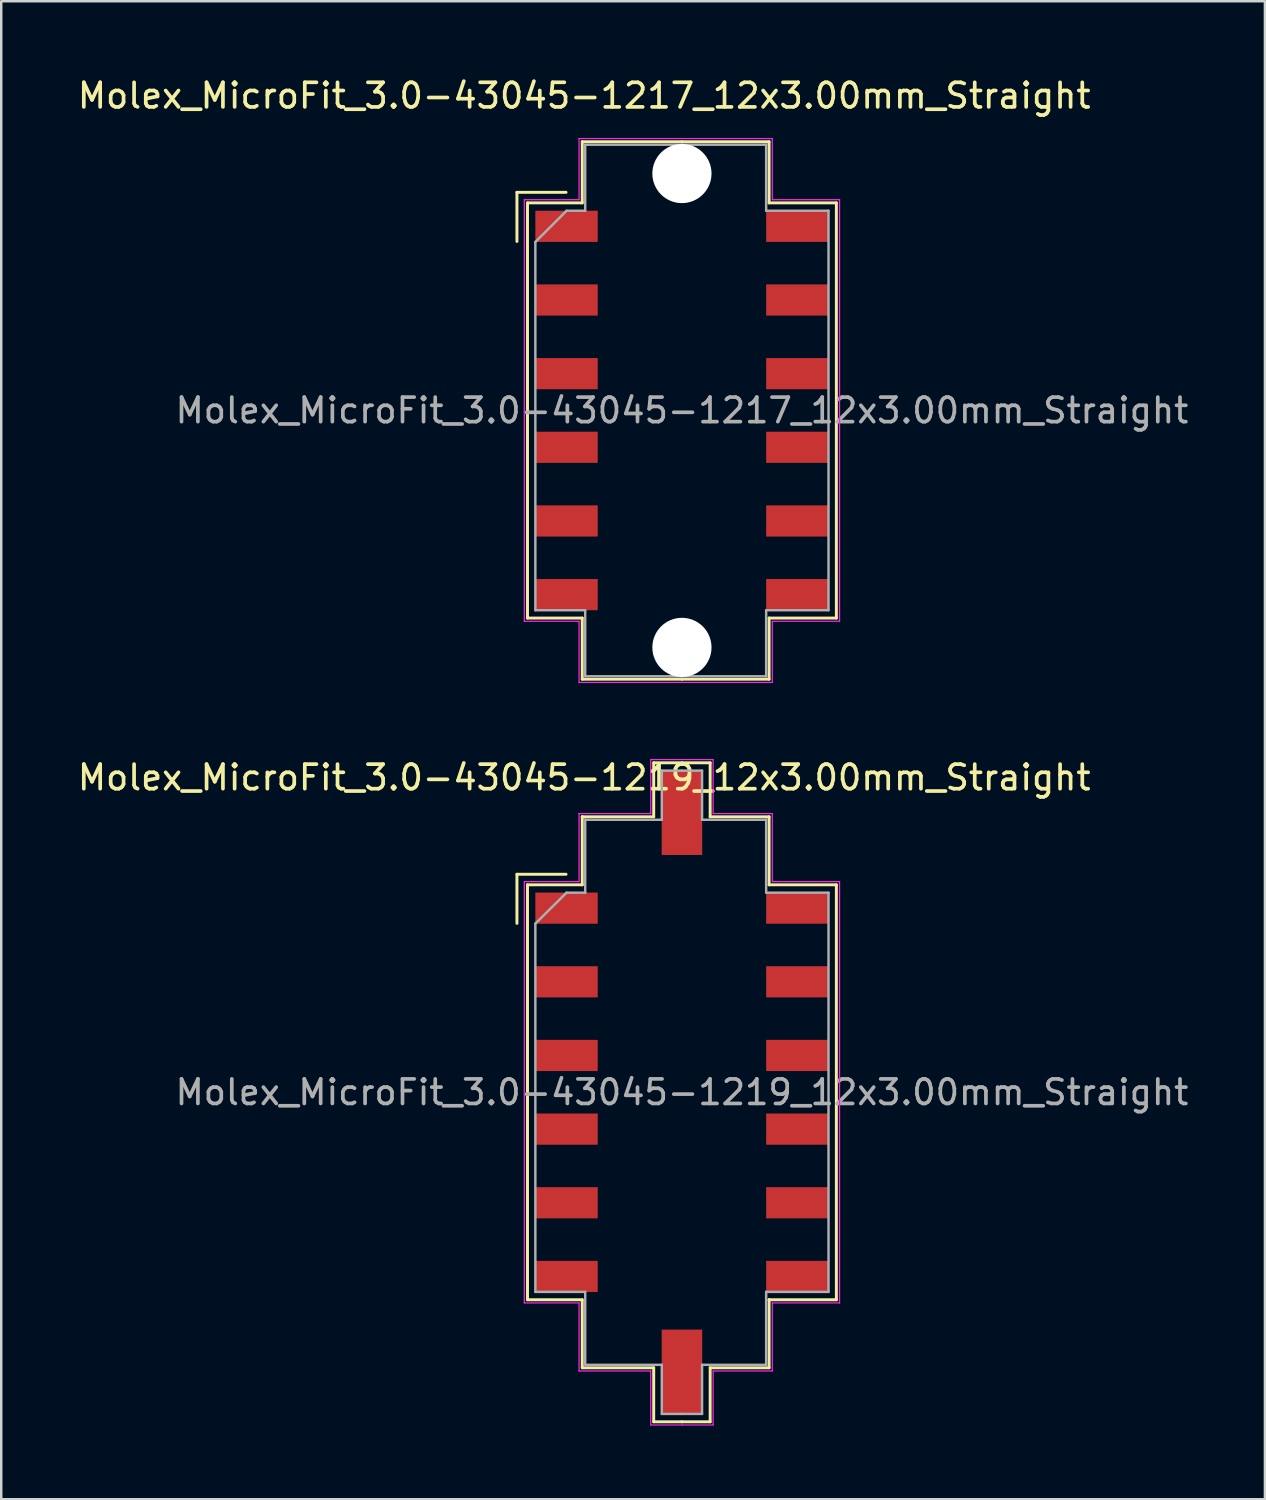
<source format=kicad_pcb>
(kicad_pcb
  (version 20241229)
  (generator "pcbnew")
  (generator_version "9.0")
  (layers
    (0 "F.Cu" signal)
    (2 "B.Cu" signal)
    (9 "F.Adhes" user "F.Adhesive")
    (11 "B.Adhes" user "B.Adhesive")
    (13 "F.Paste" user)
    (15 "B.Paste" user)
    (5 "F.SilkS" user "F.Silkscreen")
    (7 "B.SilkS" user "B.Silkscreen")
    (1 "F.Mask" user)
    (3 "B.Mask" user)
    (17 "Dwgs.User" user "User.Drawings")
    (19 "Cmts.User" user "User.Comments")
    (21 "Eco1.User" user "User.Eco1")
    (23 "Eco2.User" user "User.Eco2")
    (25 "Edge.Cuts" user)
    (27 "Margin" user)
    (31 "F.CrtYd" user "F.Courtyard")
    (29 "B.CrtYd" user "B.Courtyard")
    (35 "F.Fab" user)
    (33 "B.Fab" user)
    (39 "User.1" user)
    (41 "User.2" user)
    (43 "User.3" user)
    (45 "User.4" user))
  (footprint "Molex_MicroFit_3.0-43045-1219_12x3.00mm_Straight"
    (layer "F.Cu")
    (at 24.724 41.437)
    (property "Reference" "Molex_MicroFit_3.0-43045-1219_12x3.00mm_Straight" (at -3.98 -12.82 0) (layer "F.SilkS") (effects (font (size 1 1) (thickness 0.15))))
    (attr smd)
    (fp_line (start -6.72 -8.88) (end -6.72 -6.88) (stroke (width 0.12) (type solid)) (layer "F.SilkS"))
    (fp_line (start -6.29 -8.45) (end -4.06 -8.45) (stroke (width 0.12) (type solid)) (layer "F.SilkS"))
    (fp_line (start -6.29 8.45) (end -6.29 -8.45) (stroke (width 0.12) (type solid)) (layer "F.SilkS"))
    (fp_line (start -4.72 -8.88) (end -6.72 -8.88) (stroke (width 0.12) (type solid)) (layer "F.SilkS"))
    (fp_line (start -4.06 -11.22) (end -4.06 -11.22) (stroke (width 0.12) (type solid)) (layer "F.SilkS"))
    (fp_line (start -4.06 -11.22) (end -1.15 -11.22) (stroke (width 0.12) (type solid)) (layer "F.SilkS"))
    (fp_line (start -4.06 -8.45) (end -4.06 -11.22) (stroke (width 0.12) (type solid)) (layer "F.SilkS"))
    (fp_line (start -4.06 8.45) (end -6.29 8.45) (stroke (width 0.12) (type solid)) (layer "F.SilkS"))
    (fp_line (start -4.06 11.22) (end -4.06 8.45) (stroke (width 0.12) (type solid)) (layer "F.SilkS"))
    (fp_line (start -1.15 -13.42) (end 0 -13.42) (stroke (width 0.12) (type solid)) (layer "F.SilkS"))
    (fp_line (start -1.15 -11.22) (end -1.15 -13.42) (stroke (width 0.12) (type solid)) (layer "F.SilkS"))
    (fp_line (start -1.15 11.22) (end -4.06 11.22) (stroke (width 0.12) (type solid)) (layer "F.SilkS"))
    (fp_line (start -1.15 13.42) (end -1.15 11.22) (stroke (width 0.12) (type solid)) (layer "F.SilkS"))
    (fp_line (start 0 -13.42) (end 1.15 -13.42) (stroke (width 0.12) (type solid)) (layer "F.SilkS"))
    (fp_line (start 0 13.42) (end -1.15 13.42) (stroke (width 0.12) (type solid)) (layer "F.SilkS"))
    (fp_line (start 1.15 -13.42) (end 1.15 -11.22) (stroke (width 0.12) (type solid)) (layer "F.SilkS"))
    (fp_line (start 1.15 -11.22) (end 3.55 -11.22) (stroke (width 0.12) (type solid)) (layer "F.SilkS"))
    (fp_line (start 1.15 11.22) (end 1.15 13.42) (stroke (width 0.12) (type solid)) (layer "F.SilkS"))
    (fp_line (start 1.15 13.42) (end 0 13.42) (stroke (width 0.12) (type solid)) (layer "F.SilkS"))
    (fp_line (start 3.55 -11.22) (end 3.55 -8.45) (stroke (width 0.12) (type solid)) (layer "F.SilkS"))
    (fp_line (start 3.55 -8.45) (end 6.29 -8.45) (stroke (width 0.12) (type solid)) (layer "F.SilkS"))
    (fp_line (start 3.55 8.45) (end 3.55 8.45) (stroke (width 0.12) (type solid)) (layer "F.SilkS"))
    (fp_line (start 3.55 8.45) (end 3.55 11.22) (stroke (width 0.12) (type solid)) (layer "F.SilkS"))
    (fp_line (start 3.55 11.22) (end 1.15 11.22) (stroke (width 0.12) (type solid)) (layer "F.SilkS"))
    (fp_line (start 6.29 -8.45) (end 6.29 8.45) (stroke (width 0.12) (type solid)) (layer "F.SilkS"))
    (fp_line (start 6.29 8.45) (end 3.55 8.45) (stroke (width 0.12) (type solid)) (layer "F.SilkS"))
    (fp_line (start -6.42 -8.58) (end -4.19 -8.58) (stroke (width 0.05) (type solid)) (layer "F.CrtYd"))
    (fp_line (start -6.42 8.58) (end -6.42 -8.58) (stroke (width 0.05) (type solid)) (layer "F.CrtYd"))
    (fp_line (start -4.19 -11.35) (end -4.19 -11.35) (stroke (width 0.05) (type solid)) (layer "F.CrtYd"))
    (fp_line (start -4.19 -11.35) (end -1.27 -11.35) (stroke (width 0.05) (type solid)) (layer "F.CrtYd"))
    (fp_line (start -4.19 -8.58) (end -4.19 -11.35) (stroke (width 0.05) (type solid)) (layer "F.CrtYd"))
    (fp_line (start -4.19 8.58) (end -6.42 8.58) (stroke (width 0.05) (type solid)) (layer "F.CrtYd"))
    (fp_line (start -4.19 11.35) (end -4.19 8.58) (stroke (width 0.05) (type solid)) (layer "F.CrtYd"))
    (fp_line (start -1.27 -13.55) (end 0 -13.55) (stroke (width 0.05) (type solid)) (layer "F.CrtYd"))
    (fp_line (start -1.27 -11.35) (end -1.27 -13.55) (stroke (width 0.05) (type solid)) (layer "F.CrtYd"))
    (fp_line (start -1.27 11.35) (end -4.19 11.35) (stroke (width 0.05) (type solid)) (layer "F.CrtYd"))
    (fp_line (start -1.27 13.55) (end -1.27 11.35) (stroke (width 0.05) (type solid)) (layer "F.CrtYd"))
    (fp_line (start 0 -13.55) (end 1.27 -13.55) (stroke (width 0.05) (type solid)) (layer "F.CrtYd"))
    (fp_line (start 0 13.55) (end -1.27 13.55) (stroke (width 0.05) (type solid)) (layer "F.CrtYd"))
    (fp_line (start 1.27 -13.55) (end 1.27 -11.35) (stroke (width 0.05) (type solid)) (layer "F.CrtYd"))
    (fp_line (start 1.27 -11.35) (end 3.68 -11.35) (stroke (width 0.05) (type solid)) (layer "F.CrtYd"))
    (fp_line (start 1.27 11.35) (end 1.27 13.55) (stroke (width 0.05) (type solid)) (layer "F.CrtYd"))
    (fp_line (start 1.27 13.55) (end 0 13.55) (stroke (width 0.05) (type solid)) (layer "F.CrtYd"))
    (fp_line (start 3.68 -11.35) (end 3.68 -8.58) (stroke (width 0.05) (type solid)) (layer "F.CrtYd"))
    (fp_line (start 3.68 -8.58) (end 6.42 -8.58) (stroke (width 0.05) (type solid)) (layer "F.CrtYd"))
    (fp_line (start 3.68 8.58) (end 3.68 8.58) (stroke (width 0.05) (type solid)) (layer "F.CrtYd"))
    (fp_line (start 3.68 8.58) (end 3.68 11.35) (stroke (width 0.05) (type solid)) (layer "F.CrtYd"))
    (fp_line (start 3.68 11.35) (end 1.27 11.35) (stroke (width 0.05) (type solid)) (layer "F.CrtYd"))
    (fp_line (start 6.42 -8.58) (end 6.42 8.58) (stroke (width 0.05) (type solid)) (layer "F.CrtYd"))
    (fp_line (start 6.42 8.58) (end 3.68 8.58) (stroke (width 0.05) (type solid)) (layer "F.CrtYd"))
    (fp_line (start -5.97 -6.87) (end -4.7 -8.13) (stroke (width 0.1) (type solid)) (layer "F.Fab"))
    (fp_line (start -5.97 8.13) (end -5.97 -6.87) (stroke (width 0.1) (type solid)) (layer "F.Fab"))
    (fp_line (start -4.7 -8.13) (end -3.94 -8.13) (stroke (width 0.1) (type solid)) (layer "F.Fab"))
    (fp_line (start -3.94 -11.1) (end -3.94 -11.1) (stroke (width 0.1) (type solid)) (layer "F.Fab"))
    (fp_line (start -3.94 -11.1) (end -0.82 -11.1) (stroke (width 0.1) (type solid)) (layer "F.Fab"))
    (fp_line (start -3.94 -8.13) (end -3.94 -11.1) (stroke (width 0.1) (type solid)) (layer "F.Fab"))
    (fp_line (start -3.94 8.13) (end -5.97 8.13) (stroke (width 0.1) (type solid)) (layer "F.Fab"))
    (fp_line (start -3.94 11.1) (end -3.94 8.13) (stroke (width 0.1) (type solid)) (layer "F.Fab"))
    (fp_line (start -0.82 -13.1) (end 0 -13.1) (stroke (width 0.1) (type solid)) (layer "F.Fab"))
    (fp_line (start -0.82 -11.1) (end -0.82 -13.1) (stroke (width 0.1) (type solid)) (layer "F.Fab"))
    (fp_line (start -0.82 11.1) (end -3.94 11.1) (stroke (width 0.1) (type solid)) (layer "F.Fab"))
    (fp_line (start -0.82 13.1) (end -0.82 11.1) (stroke (width 0.1) (type solid)) (layer "F.Fab"))
    (fp_line (start 0 -13.1) (end 0.82 -13.1) (stroke (width 0.1) (type solid)) (layer "F.Fab"))
    (fp_line (start 0 13.1) (end -0.82 13.1) (stroke (width 0.1) (type solid)) (layer "F.Fab"))
    (fp_line (start 0.82 -13.1) (end 0.82 -11.1) (stroke (width 0.1) (type solid)) (layer "F.Fab"))
    (fp_line (start 0.82 -11.1) (end 3.43 -11.1) (stroke (width 0.1) (type solid)) (layer "F.Fab"))
    (fp_line (start 0.82 11.1) (end 0.82 13.1) (stroke (width 0.1) (type solid)) (layer "F.Fab"))
    (fp_line (start 0.82 13.1) (end 0 13.1) (stroke (width 0.1) (type solid)) (layer "F.Fab"))
    (fp_line (start 3.43 -11.1) (end 3.43 -8.13) (stroke (width 0.1) (type solid)) (layer "F.Fab"))
    (fp_line (start 3.43 -8.13) (end 5.97 -8.13) (stroke (width 0.1) (type solid)) (layer "F.Fab"))
    (fp_line (start 3.43 8.13) (end 3.43 8.13) (stroke (width 0.1) (type solid)) (layer "F.Fab"))
    (fp_line (start 3.43 8.13) (end 3.43 11.1) (stroke (width 0.1) (type solid)) (layer "F.Fab"))
    (fp_line (start 3.43 11.1) (end 0.82 11.1) (stroke (width 0.1) (type solid)) (layer "F.Fab"))
    (fp_line (start 5.97 -8.13) (end 5.97 8.13) (stroke (width 0.1) (type solid)) (layer "F.Fab"))
    (fp_line (start 5.97 8.13) (end 3.43 8.13) (stroke (width 0.1) (type solid)) (layer "F.Fab"))
    (fp_text user "${REFERENCE}" (at 0 0 0) (layer "F.Fab") (effects (font (size 1 1) (thickness 0.15))))
    (pad "" smd rect (at 0 -11.38) (size 1.65 3.43) (layers "F.Cu" "F.Mask" "F.Paste"))
    (pad "" smd rect (at 0 11.38) (size 1.65 3.43) (layers "F.Cu" "F.Mask" "F.Paste"))
    (pad "1" smd rect (at -4.7 -7.5) (size 2.54 1.27) (layers "F.Cu" "F.Mask" "F.Paste"))
    (pad "2" smd rect (at -4.7 -4.5) (size 2.54 1.27) (layers "F.Cu" "F.Mask" "F.Paste"))
    (pad "3" smd rect (at -4.7 -1.5) (size 2.54 1.27) (layers "F.Cu" "F.Mask" "F.Paste"))
    (pad "4" smd rect (at -4.7 1.5) (size 2.54 1.27) (layers "F.Cu" "F.Mask" "F.Paste"))
    (pad "5" smd rect (at -4.7 4.5) (size 2.54 1.27) (layers "F.Cu" "F.Mask" "F.Paste"))
    (pad "6" smd rect (at -4.7 7.5) (size 2.54 1.27) (layers "F.Cu" "F.Mask" "F.Paste"))
    (pad "7" smd rect (at 4.7 7.5) (size 2.54 1.27) (layers "F.Cu" "F.Mask" "F.Paste"))
    (pad "8" smd rect (at 4.7 4.5) (size 2.54 1.27) (layers "F.Cu" "F.Mask" "F.Paste"))
    (pad "9" smd rect (at 4.7 1.5) (size 2.54 1.27) (layers "F.Cu" "F.Mask" "F.Paste"))
    (pad "10" smd rect (at 4.7 -1.5) (size 2.54 1.27) (layers "F.Cu" "F.Mask" "F.Paste"))
    (pad "11" smd rect (at 4.7 -4.5) (size 2.54 1.27) (layers "F.Cu" "F.Mask" "F.Paste"))
    (pad "12" smd rect (at 4.7 -7.5) (size 2.54 1.27) (layers "F.Cu" "F.Mask" "F.Paste")))
  (footprint "Molex_MicroFit_3.0-43045-1217_12x3.00mm_Straight"
    (layer "F.Cu")
    (at 24.724 13.668)
    (property "Reference" "Molex_MicroFit_3.0-43045-1217_12x3.00mm_Straight" (at -3.98 -12.82 0) (layer "F.SilkS") (effects (font (size 1 1) (thickness 0.15))))
    (attr smd)
    (fp_line (start -6.72 -8.885) (end -6.72 -6.885) (stroke (width 0.12) (type solid)) (layer "F.SilkS"))
    (fp_line (start -6.29 -8.455) (end -4.06 -8.455) (stroke (width 0.12) (type solid)) (layer "F.SilkS"))
    (fp_line (start -6.29 8.455) (end -6.29 -8.455) (stroke (width 0.12) (type solid)) (layer "F.SilkS"))
    (fp_line (start -4.72 -8.885) (end -6.72 -8.885) (stroke (width 0.12) (type solid)) (layer "F.SilkS"))
    (fp_line (start -4.06 -10.945) (end 0 -10.945) (stroke (width 0.12) (type solid)) (layer "F.SilkS"))
    (fp_line (start -4.06 -8.455) (end -4.06 -10.945) (stroke (width 0.12) (type solid)) (layer "F.SilkS"))
    (fp_line (start -4.06 8.455) (end -6.29 8.455) (stroke (width 0.12) (type solid)) (layer "F.SilkS"))
    (fp_line (start -4.06 10.945) (end -4.06 8.455) (stroke (width 0.12) (type solid)) (layer "F.SilkS"))
    (fp_line (start 0 -10.945) (end 3.55 -10.945) (stroke (width 0.12) (type solid)) (layer "F.SilkS"))
    (fp_line (start 0 10.945) (end -4.06 10.945) (stroke (width 0.12) (type solid)) (layer "F.SilkS"))
    (fp_line (start 3.55 -10.945) (end 3.55 -8.455) (stroke (width 0.12) (type solid)) (layer "F.SilkS"))
    (fp_line (start 3.55 -8.455) (end 6.29 -8.455) (stroke (width 0.12) (type solid)) (layer "F.SilkS"))
    (fp_line (start 3.55 8.455) (end 3.55 10.945) (stroke (width 0.12) (type solid)) (layer "F.SilkS"))
    (fp_line (start 3.55 10.945) (end 0 10.945) (stroke (width 0.12) (type solid)) (layer "F.SilkS"))
    (fp_line (start 6.29 -8.455) (end 6.29 8.455) (stroke (width 0.12) (type solid)) (layer "F.SilkS"))
    (fp_line (start 6.29 8.455) (end 3.55 8.455) (stroke (width 0.12) (type solid)) (layer "F.SilkS"))
    (fp_line (start -6.42 -8.585) (end -4.19 -8.585) (stroke (width 0.05) (type solid)) (layer "F.CrtYd"))
    (fp_line (start -6.42 8.585) (end -6.42 -8.585) (stroke (width 0.05) (type solid)) (layer "F.CrtYd"))
    (fp_line (start -4.19 -11.075) (end 0 -11.075) (stroke (width 0.05) (type solid)) (layer "F.CrtYd"))
    (fp_line (start -4.19 -8.585) (end -4.19 -11.075) (stroke (width 0.05) (type solid)) (layer "F.CrtYd"))
    (fp_line (start -4.19 8.585) (end -6.42 8.585) (stroke (width 0.05) (type solid)) (layer "F.CrtYd"))
    (fp_line (start -4.19 11.075) (end -4.19 8.585) (stroke (width 0.05) (type solid)) (layer "F.CrtYd"))
    (fp_line (start 0 -11.075) (end 3.68 -11.075) (stroke (width 0.05) (type solid)) (layer "F.CrtYd"))
    (fp_line (start 0 11.075) (end -4.19 11.075) (stroke (width 0.05) (type solid)) (layer "F.CrtYd"))
    (fp_line (start 3.68 -11.075) (end 3.68 -8.585) (stroke (width 0.05) (type solid)) (layer "F.CrtYd"))
    (fp_line (start 3.68 -8.585) (end 6.42 -8.585) (stroke (width 0.05) (type solid)) (layer "F.CrtYd"))
    (fp_line (start 3.68 8.585) (end 3.68 11.075) (stroke (width 0.05) (type solid)) (layer "F.CrtYd"))
    (fp_line (start 3.68 11.075) (end 0 11.075) (stroke (width 0.05) (type solid)) (layer "F.CrtYd"))
    (fp_line (start 6.42 -8.585) (end 6.42 8.585) (stroke (width 0.05) (type solid)) (layer "F.CrtYd"))
    (fp_line (start 6.42 8.585) (end 3.68 8.585) (stroke (width 0.05) (type solid)) (layer "F.CrtYd"))
    (fp_line (start -5.97 -6.865) (end -4.7 -8.135) (stroke (width 0.1) (type solid)) (layer "F.Fab"))
    (fp_line (start -5.97 8.135) (end -5.97 -6.865) (stroke (width 0.1) (type solid)) (layer "F.Fab"))
    (fp_line (start -4.7 -8.135) (end -3.94 -8.135) (stroke (width 0.1) (type solid)) (layer "F.Fab"))
    (fp_line (start -3.94 -10.825) (end 0 -10.825) (stroke (width 0.1) (type solid)) (layer "F.Fab"))
    (fp_line (start -3.94 -8.135) (end -3.94 -10.825) (stroke (width 0.1) (type solid)) (layer "F.Fab"))
    (fp_line (start -3.94 8.135) (end -5.97 8.135) (stroke (width 0.1) (type solid)) (layer "F.Fab"))
    (fp_line (start -3.94 10.825) (end -3.94 8.135) (stroke (width 0.1) (type solid)) (layer "F.Fab"))
    (fp_line (start 0 -10.825) (end 3.43 -10.825) (stroke (width 0.1) (type solid)) (layer "F.Fab"))
    (fp_line (start 0 10.825) (end -3.94 10.825) (stroke (width 0.1) (type solid)) (layer "F.Fab"))
    (fp_line (start 3.43 -10.825) (end 3.43 -8.135) (stroke (width 0.1) (type solid)) (layer "F.Fab"))
    (fp_line (start 3.43 -8.135) (end 5.97 -8.135) (stroke (width 0.1) (type solid)) (layer "F.Fab"))
    (fp_line (start 3.43 8.135) (end 3.43 10.825) (stroke (width 0.1) (type solid)) (layer "F.Fab"))
    (fp_line (start 3.43 10.825) (end 0 10.825) (stroke (width 0.1) (type solid)) (layer "F.Fab"))
    (fp_line (start 5.97 -8.135) (end 5.97 8.135) (stroke (width 0.1) (type solid)) (layer "F.Fab"))
    (fp_line (start 5.97 8.135) (end 3.43 8.135) (stroke (width 0.1) (type solid)) (layer "F.Fab"))
    (fp_text user "${REFERENCE}" (at 0 0 0) (layer "F.Fab") (effects (font (size 1 1) (thickness 0.15))))
    (pad "" np_thru_hole circle (at 0 -9.65) (size 2.41 2.41) (drill 2.41) (layers "*.Cu"))
    (pad "" np_thru_hole circle (at 0 9.65) (size 2.41 2.41) (drill 2.41) (layers "*.Cu"))
    (pad "1" smd rect (at -4.7 -7.5) (size 2.54 1.27) (layers "F.Cu" "F.Mask" "F.Paste"))
    (pad "2" smd rect (at -4.7 -4.5) (size 2.54 1.27) (layers "F.Cu" "F.Mask" "F.Paste"))
    (pad "3" smd rect (at -4.7 -1.5) (size 2.54 1.27) (layers "F.Cu" "F.Mask" "F.Paste"))
    (pad "4" smd rect (at -4.7 1.5) (size 2.54 1.27) (layers "F.Cu" "F.Mask" "F.Paste"))
    (pad "5" smd rect (at -4.7 4.5) (size 2.54 1.27) (layers "F.Cu" "F.Mask" "F.Paste"))
    (pad "6" smd rect (at -4.7 7.5) (size 2.54 1.27) (layers "F.Cu" "F.Mask" "F.Paste"))
    (pad "7" smd rect (at 4.7 7.5) (size 2.54 1.27) (layers "F.Cu" "F.Mask" "F.Paste"))
    (pad "8" smd rect (at 4.7 4.5) (size 2.54 1.27) (layers "F.Cu" "F.Mask" "F.Paste"))
    (pad "9" smd rect (at 4.7 1.5) (size 2.54 1.27) (layers "F.Cu" "F.Mask" "F.Paste"))
    (pad "10" smd rect (at 4.7 -1.5) (size 2.54 1.27) (layers "F.Cu" "F.Mask" "F.Paste"))
    (pad "11" smd rect (at 4.7 -4.5) (size 2.54 1.27) (layers "F.Cu" "F.Mask" "F.Paste"))
    (pad "12" smd rect (at 4.7 -7.5) (size 2.54 1.27) (layers "F.Cu" "F.Mask" "F.Paste")))
  (gr_rect
    (start -3 -3)
    (end 48.468 58.011)
    (stroke (width 0.1) (type default))
    (fill no)
    (layer "Edge.Cuts")))
</source>
